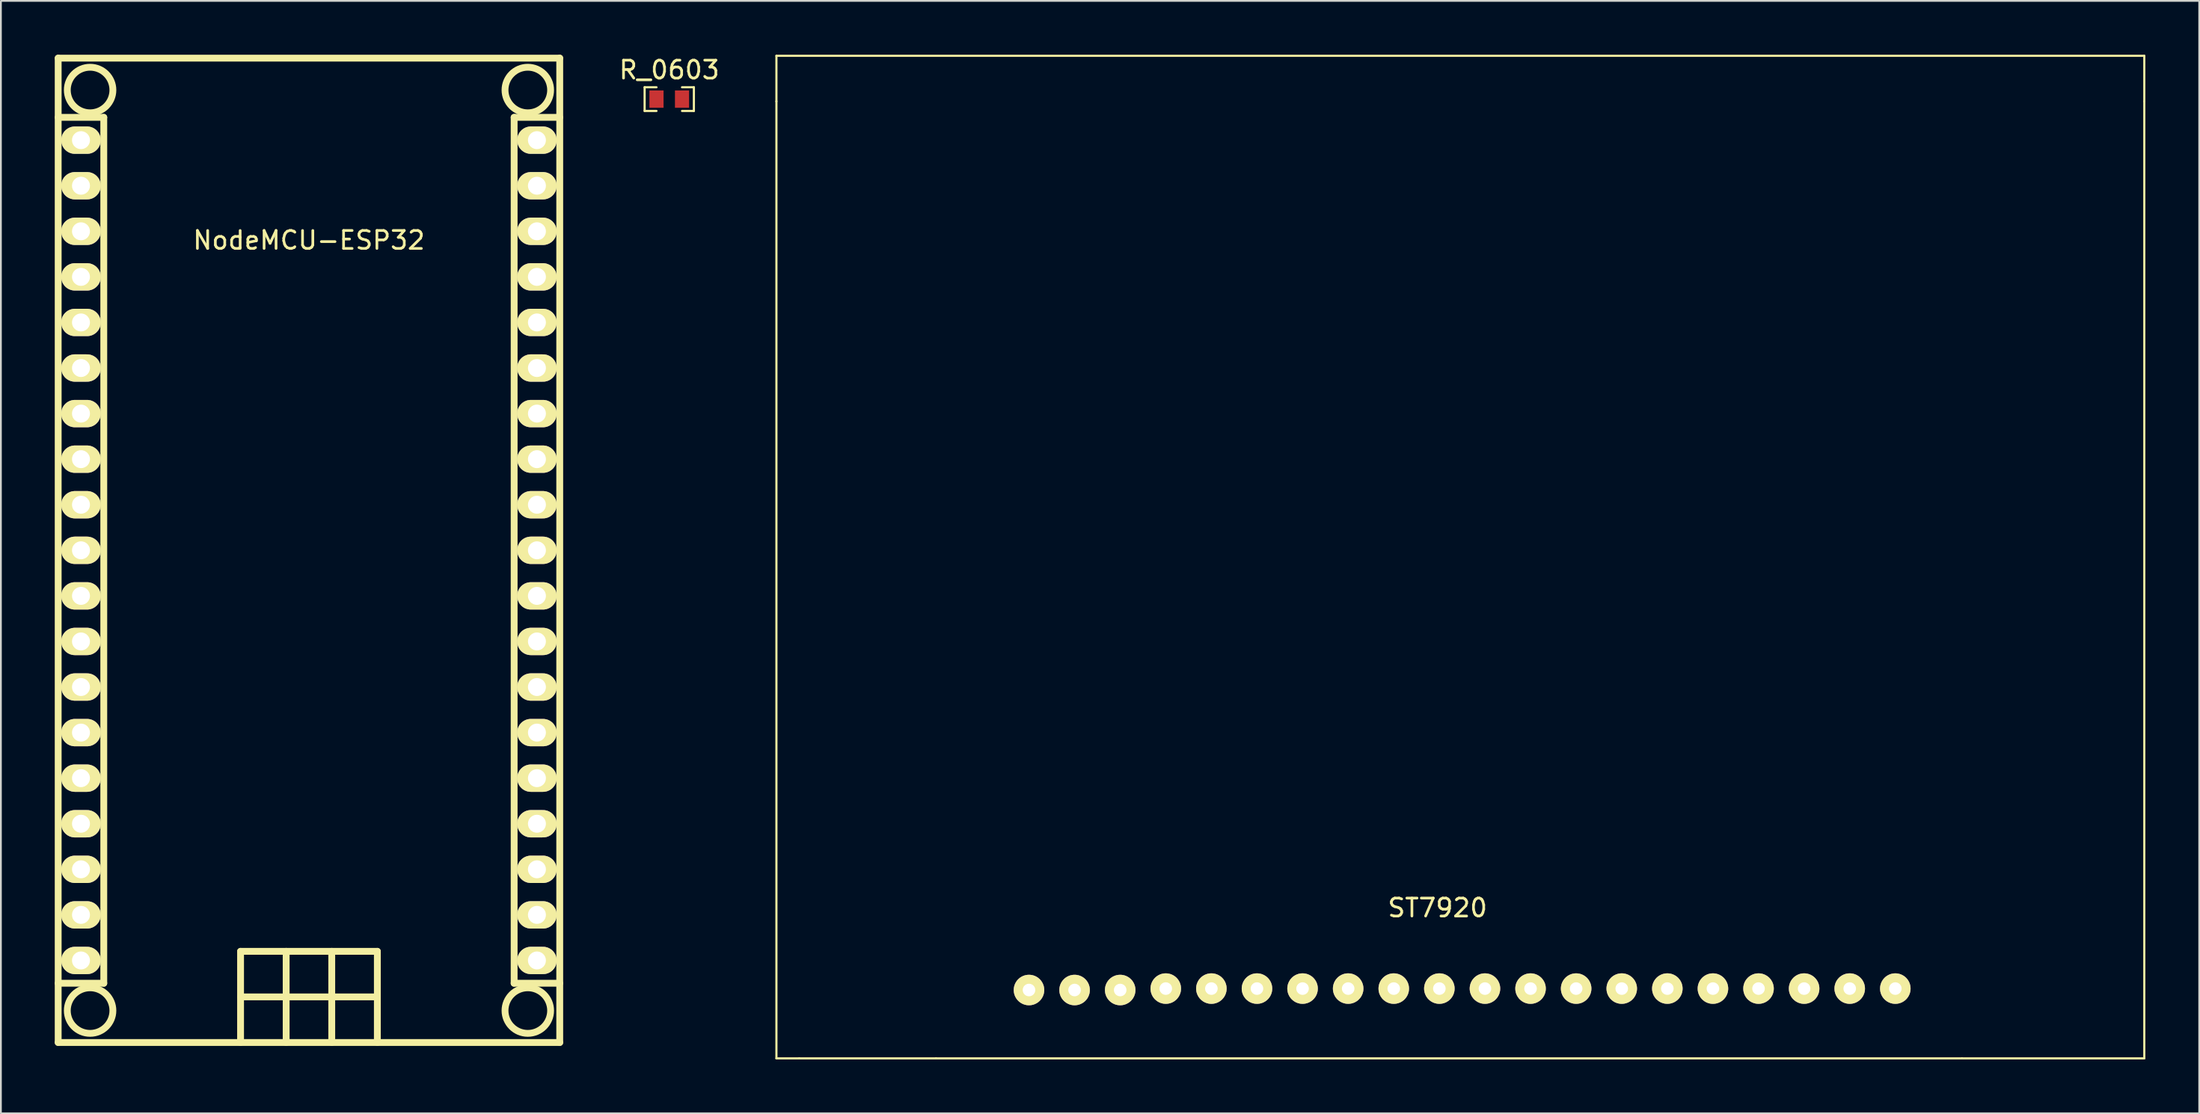
<source format=kicad_pcb>
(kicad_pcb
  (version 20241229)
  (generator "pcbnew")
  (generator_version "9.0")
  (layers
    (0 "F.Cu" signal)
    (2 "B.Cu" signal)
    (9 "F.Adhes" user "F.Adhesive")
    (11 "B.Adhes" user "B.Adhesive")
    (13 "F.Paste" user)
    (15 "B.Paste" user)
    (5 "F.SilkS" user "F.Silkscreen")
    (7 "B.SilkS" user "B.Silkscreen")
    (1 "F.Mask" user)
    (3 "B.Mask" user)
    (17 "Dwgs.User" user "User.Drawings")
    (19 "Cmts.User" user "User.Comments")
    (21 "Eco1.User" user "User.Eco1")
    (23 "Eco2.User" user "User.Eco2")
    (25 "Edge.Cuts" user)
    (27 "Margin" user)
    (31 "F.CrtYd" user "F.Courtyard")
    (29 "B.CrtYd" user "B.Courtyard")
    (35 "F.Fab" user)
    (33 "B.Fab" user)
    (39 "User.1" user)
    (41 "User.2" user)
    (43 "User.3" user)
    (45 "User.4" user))
  (footprint "NodeMCU-ESP32"
    (layer "F.Cu")
    (at 14.161 27.622)
    (property "Reference" "NodeMCU-ESP32" (at 0 -17.28 0) (layer "F.SilkS") (effects (font (size 1 1) (thickness 0.15))))
    (attr through_hole)
    (fp_line (start -13.97 -27.432) (end -13.97 27.432) (stroke (width 0.381) (type solid)) (layer "F.SilkS"))
    (fp_line (start -13.97 24.13) (end -11.43 24.13) (stroke (width 0.381) (type solid)) (layer "F.SilkS"))
    (fp_line (start -13.97 27.432) (end 13.97 27.432) (stroke (width 0.381) (type solid)) (layer "F.SilkS"))
    (fp_line (start -11.43 -24.13) (end -13.97 -24.13) (stroke (width 0.381) (type solid)) (layer "F.SilkS"))
    (fp_line (start -11.43 -23.876) (end -11.43 -24.13) (stroke (width 0.12) (type solid)) (layer "F.SilkS"))
    (fp_line (start -11.43 24.13) (end -11.43 -24.13) (stroke (width 0.381) (type solid)) (layer "F.SilkS"))
    (fp_line (start -3.81 22.352) (end 3.81 22.352) (stroke (width 0.381) (type solid)) (layer "F.SilkS"))
    (fp_line (start -3.81 24.892) (end 3.81 24.892) (stroke (width 0.381) (type solid)) (layer "F.SilkS"))
    (fp_line (start -3.81 27.432) (end -3.81 22.352) (stroke (width 0.381) (type solid)) (layer "F.SilkS"))
    (fp_line (start -1.27 22.352) (end -1.27 27.432) (stroke (width 0.381) (type solid)) (layer "F.SilkS"))
    (fp_line (start 1.27 22.352) (end 1.27 27.432) (stroke (width 0.381) (type solid)) (layer "F.SilkS"))
    (fp_line (start 3.81 22.352) (end 3.81 27.432) (stroke (width 0.381) (type solid)) (layer "F.SilkS"))
    (fp_line (start 11.43 -24.13) (end 11.43 24.13) (stroke (width 0.381) (type solid)) (layer "F.SilkS"))
    (fp_line (start 11.43 24.13) (end 13.97 24.13) (stroke (width 0.381) (type solid)) (layer "F.SilkS"))
    (fp_line (start 13.97 -27.432) (end -13.97 -27.432) (stroke (width 0.381) (type solid)) (layer "F.SilkS"))
    (fp_line (start 13.97 -24.13) (end 11.43 -24.13) (stroke (width 0.381) (type solid)) (layer "F.SilkS"))
    (fp_line (start 13.97 27.432) (end 13.97 -27.432) (stroke (width 0.381) (type solid)) (layer "F.SilkS"))
    (fp_circle (center -12.192 -25.654) (end -10.922 -25.654) (stroke (width 0.381) (type solid)) (fill no) (layer "F.SilkS"))
    (fp_circle (center -12.192 25.654) (end -10.922 25.654) (stroke (width 0.381) (type solid)) (fill no) (layer "F.SilkS"))
    (fp_circle (center 12.192 -25.654) (end 13.462 -25.654) (stroke (width 0.381) (type solid)) (fill no) (layer "F.SilkS"))
    (fp_circle (center 12.192 25.654) (end 13.462 25.654) (stroke (width 0.381) (type solid)) (fill no) (layer "F.SilkS"))
    (pad "1" thru_hole oval (at -12.7 10.16 90) (size 1.524 2.2) (drill 1.001) (layers "*.Cu" "*.Mask" "F.SilkS"))
    (pad "1O" thru_hole oval (at -12.7 -2.54 90) (size 1.524 2.2) (drill 1.001) (layers "*.Cu" "*.Mask" "F.SilkS"))
    (pad "2" thru_hole oval (at -12.7 -22.86 90) (size 1.524 2.2) (drill 1.001) (layers "*.Cu" "*.Mask" "F.SilkS"))
    (pad "3" thru_hole oval (at -12.7 -20.32 90) (size 1.524 2.2) (drill 1.001) (layers "*.Cu" "*.Mask" "F.SilkS"))
    (pad "4" thru_hole oval (at -12.7 -17.78 90) (size 1.524 2.2) (drill 1.001) (layers "*.Cu" "*.Mask" "F.SilkS"))
    (pad "5" thru_hole oval (at -12.7 -15.24 90) (size 1.524 2.2) (drill 1.001) (layers "*.Cu" "*.Mask" "F.SilkS"))
    (pad "6" thru_hole oval (at -12.7 -12.7 90) (size 1.524 2.2) (drill 1.001) (layers "*.Cu" "*.Mask" "F.SilkS"))
    (pad "7" thru_hole oval (at -12.7 -10.16 90) (size 1.524 2.2) (drill 1.001) (layers "*.Cu" "*.Mask" "F.SilkS"))
    (pad "8" thru_hole oval (at -12.7 -7.62 90) (size 1.524 2.2) (drill 1.001) (layers "*.Cu" "*.Mask" "F.SilkS"))
    (pad "9" thru_hole oval (at -12.7 -5.08 90) (size 1.524 2.2) (drill 1.001) (layers "*.Cu" "*.Mask" "F.SilkS"))
    (pad "11" thru_hole oval (at -12.7 0 90) (size 1.524 2.2) (drill 1.001) (layers "*.Cu" "*.Mask" "F.SilkS"))
    (pad "12" thru_hole oval (at -12.7 2.54 90) (size 1.524 2.2) (drill 1.001) (layers "*.Cu" "*.Mask" "F.SilkS"))
    (pad "13" thru_hole oval (at -12.7 5.08 90) (size 1.524 2.2) (drill 1.001) (layers "*.Cu" "*.Mask" "F.SilkS"))
    (pad "14" thru_hole oval (at -12.7 7.62 90) (size 1.524 2.2) (drill 1.001) (layers "*.Cu" "*.Mask" "F.SilkS"))
    (pad "15" thru_hole oval (at 12.7 -7.62 90) (size 1.524 2.2) (drill 1.001) (layers "*.Cu" "*.Mask" "F.SilkS"))
    (pad "16" thru_hole oval (at -12.7 12.7 90) (size 1.524 2.2) (drill 1.001) (layers "*.Cu" "*.Mask" "F.SilkS"))
    (pad "17" thru_hole oval (at -12.7 15.24 90) (size 1.524 2.2) (drill 1.001) (layers "*.Cu" "*.Mask" "F.SilkS"))
    (pad "18" thru_hole oval (at -12.7 17.78 270) (size 1.524 2.2) (drill 1.001) (layers "*.Cu" "*.Mask" "F.SilkS"))
    (pad "19" thru_hole oval (at -12.7 20.32 90) (size 1.524 2.2) (drill 1.001) (layers "*.Cu" "*.Mask" "F.SilkS"))
    (pad "20" thru_hole oval (at 12.7 22.86 90) (size 1.524 2.2) (drill 1.001) (layers "*.Cu" "*.Mask" "F.SilkS"))
    (pad "21" thru_hole oval (at 12.7 20.32 90) (size 1.524 2.2) (drill 1.001) (layers "*.Cu" "*.Mask" "F.SilkS"))
    (pad "22" thru_hole oval (at 12.7 17.78 90) (size 1.524 2.2) (drill 1.001) (layers "*.Cu" "*.Mask" "F.SilkS"))
    (pad "23" thru_hole oval (at 12.7 15.24 90) (size 1.524 2.2) (drill 1.001) (layers "*.Cu" "*.Mask" "F.SilkS"))
    (pad "24" thru_hole oval (at 12.7 12.7 90) (size 1.524 2.2) (drill 1.001) (layers "*.Cu" "*.Mask" "F.SilkS"))
    (pad "25" thru_hole oval (at 12.7 10.16 90) (size 1.524 2.2) (drill 1.001) (layers "*.Cu" "*.Mask" "F.SilkS"))
    (pad "26" thru_hole oval (at 12.7 7.62 90) (size 1.524 2.2) (drill 1.001) (layers "*.Cu" "*.Mask" "F.SilkS"))
    (pad "27" thru_hole oval (at 12.7 5.08 90) (size 1.524 2.2) (drill 1.001) (layers "*.Cu" "*.Mask" "F.SilkS"))
    (pad "28" thru_hole oval (at 12.7 2.54 90) (size 1.524 2.2) (drill 1.001) (layers "*.Cu" "*.Mask" "F.SilkS"))
    (pad "29" thru_hole oval (at 12.7 0 90) (size 1.524 2.2) (drill 1.001) (layers "*.Cu" "*.Mask" "F.SilkS"))
    (pad "30" thru_hole oval (at 12.7 -2.54 90) (size 1.524 2.2) (drill 1.001) (layers "*.Cu" "*.Mask" "F.SilkS"))
    (pad "31" thru_hole oval (at 12.7 -5.08 90) (size 1.524 2.2) (drill 1.001) (layers "*.Cu" "*.Mask" "F.SilkS"))
    (pad "32" thru_hole oval (at -12.7 22.86 90) (size 1.524 2.2) (drill 1.001) (layers "*.Cu" "*.Mask" "F.SilkS"))
    (pad "33" thru_hole oval (at 12.7 -10.16 90) (size 1.524 2.2) (drill 1.001) (layers "*.Cu" "*.Mask" "F.SilkS"))
    (pad "34" thru_hole oval (at 12.7 -12.7 90) (size 1.524 2.2) (drill 1.001) (layers "*.Cu" "*.Mask" "F.SilkS"))
    (pad "35" thru_hole oval (at 12.7 -15.24 90) (size 1.524 2.2) (drill 1.001) (layers "*.Cu" "*.Mask" "F.SilkS"))
    (pad "36" thru_hole oval (at 12.7 -17.78 90) (size 1.524 2.2) (drill 1.001) (layers "*.Cu" "*.Mask" "F.SilkS"))
    (pad "37" thru_hole oval (at 12.7 -20.32 90) (size 1.524 2.2) (drill 1.001) (layers "*.Cu" "*.Mask" "F.SilkS"))
    (pad "38" thru_hole oval (at 12.7 -22.86 90) (size 1.524 2.2) (drill 1.001) (layers "*.Cu" "*.Mask" "F.SilkS")))
  (footprint "ST7920"
    (layer "F.Cu")
    (at 78.302 47.05)
    (property "Reference" "ST7920" (at -1.27 0.5 0) (layer "F.SilkS") (effects (font (size 1 1) (thickness 0.15))))
    (attr through_hole)
    (fp_line (start -38.1 -46.99) (end 38.1 -46.99) (stroke (width 0.12) (type solid)) (layer "F.SilkS"))
    (fp_line (start -38.1 -44.45) (end -38.1 -46.99) (stroke (width 0.12) (type solid)) (layer "F.SilkS"))
    (fp_line (start -38.1 -44.45) (end -38.1 8.89) (stroke (width 0.12) (type solid)) (layer "F.SilkS"))
    (fp_line (start -36.83 8.89) (end -38.1 8.89) (stroke (width 0.12) (type solid)) (layer "F.SilkS"))
    (fp_line (start -36.83 8.89) (end -29.21 8.89) (stroke (width 0.12) (type solid)) (layer "F.SilkS"))
    (fp_line (start -29.21 8.89) (end 27.94 8.89) (stroke (width 0.12) (type solid)) (layer "F.SilkS"))
    (fp_line (start 27.94 8.89) (end 38.1 8.89) (stroke (width 0.12) (type solid)) (layer "F.SilkS"))
    (fp_line (start 38.1 -46.99) (end 38.1 -44.45) (stroke (width 0.12) (type solid)) (layer "F.SilkS"))
    (fp_line (start 38.1 8.89) (end 38.1 -44.45) (stroke (width 0.12) (type solid)) (layer "F.SilkS"))
    (pad "1" thru_hole circle (at -24.03 5.08) (size 1.7 1.7) (drill 0.7) (layers "*.Cu" "*.Mask" "F.SilkS"))
    (pad "2" thru_hole circle (at -21.49 5.08) (size 1.7 1.7) (drill 0.7) (layers "*.Cu" "*.Mask" "F.SilkS"))
    (pad "3" thru_hole circle (at -18.95 5.08) (size 1.7 1.7) (drill 0.7) (layers "*.Cu" "*.Mask" "F.SilkS"))
    (pad "4" thru_hole circle (at -16.41 5) (size 1.7 1.7) (drill 0.7) (layers "*.Cu" "*.Mask" "F.SilkS"))
    (pad "5" thru_hole circle (at -13.87 5) (size 1.7 1.7) (drill 0.7) (layers "*.Cu" "*.Mask" "F.SilkS"))
    (pad "6" thru_hole circle (at -11.33 5) (size 1.7 1.7) (drill 0.7) (layers "*.Cu" "*.Mask" "F.SilkS"))
    (pad "7" thru_hole circle (at -8.79 5) (size 1.7 1.7) (drill 0.7) (layers "*.Cu" "*.Mask" "F.SilkS"))
    (pad "8" thru_hole circle (at -6.25 5) (size 1.7 1.7) (drill 0.7) (layers "*.Cu" "*.Mask" "F.SilkS"))
    (pad "9" thru_hole circle (at -3.71 5) (size 1.7 1.7) (drill 0.7) (layers "*.Cu" "*.Mask" "F.SilkS"))
    (pad "10" thru_hole circle (at -1.17 5) (size 1.7 1.7) (drill 0.7) (layers "*.Cu" "*.Mask" "F.SilkS"))
    (pad "11" thru_hole circle (at 1.37 5) (size 1.7 1.7) (drill 0.7) (layers "*.Cu" "*.Mask" "F.SilkS"))
    (pad "12" thru_hole circle (at 3.91 5) (size 1.7 1.7) (drill 0.7) (layers "*.Cu" "*.Mask" "F.SilkS"))
    (pad "14" thru_hole circle (at 8.99 5) (size 1.7 1.7) (drill 0.7) (layers "*.Cu" "*.Mask" "F.SilkS"))
    (pad "15" thru_hole circle (at 11.53 5) (size 1.7 1.7) (drill 0.7) (layers "*.Cu" "*.Mask" "F.SilkS"))
    (pad "16" thru_hole circle (at 14.07 5) (size 1.7 1.7) (drill 0.7) (layers "*.Cu" "*.Mask" "F.SilkS"))
    (pad "17" thru_hole circle (at 16.61 5) (size 1.7 1.7) (drill 0.7) (layers "*.Cu" "*.Mask" "F.SilkS"))
    (pad "18" thru_hole circle (at 19.15 5) (size 1.7 1.7) (drill 0.7) (layers "*.Cu" "*.Mask" "F.SilkS"))
    (pad "19" thru_hole circle (at 21.69 5) (size 1.7 1.7) (drill 0.7) (layers "*.Cu" "*.Mask" "F.SilkS"))
    (pad "20" thru_hole circle (at 24.23 5) (size 1.7 1.7) (drill 0.7) (layers "*.Cu" "*.Mask" "F.SilkS"))
    (pad "e13" thru_hole circle (at 6.45 5) (size 1.7 1.7) (drill 0.7) (layers "*.Cu" "*.Mask" "F.SilkS")))
  (footprint "R_0603"
    (layer "F.Cu")
    (at 34.232 2.474)
    (property "Reference" "R_0603" (at 0 -1.626 0) (layer "F.SilkS") (effects (font (size 1 1) (thickness 0.15))))
    (attr through_hole)
    (fp_line (start -1.372 -0.66) (end -1.372 0.66) (stroke (width 0.12) (type solid)) (layer "F.SilkS"))
    (fp_line (start -1.372 0.66) (end -0.711 0.66) (stroke (width 0.12) (type solid)) (layer "F.SilkS"))
    (fp_line (start -0.711 -0.66) (end -1.372 -0.66) (stroke (width 0.12) (type solid)) (layer "F.SilkS"))
    (fp_line (start 0.711 0.66) (end 1.372 0.66) (stroke (width 0.12) (type solid)) (layer "F.SilkS"))
    (fp_line (start 1.372 -0.66) (end 0.711 -0.66) (stroke (width 0.12) (type solid)) (layer "F.SilkS"))
    (fp_line (start 1.372 0.66) (end 1.372 -0.66) (stroke (width 0.12) (type solid)) (layer "F.SilkS"))
    (pad "1" smd rect (at -0.711 0) (size 0.787 0.965) (layers "F.Cu" "F.Mask" "F.Paste"))
    (pad "2" smd rect (at 0.711 0) (size 0.787 0.965) (layers "F.Cu" "F.Mask" "F.Paste")))
  (gr_rect
    (start -3 -3)
    (end 119.462 59)
    (stroke (width 0.1) (type default))
    (fill no)
    (layer "Edge.Cuts")))
</source>
